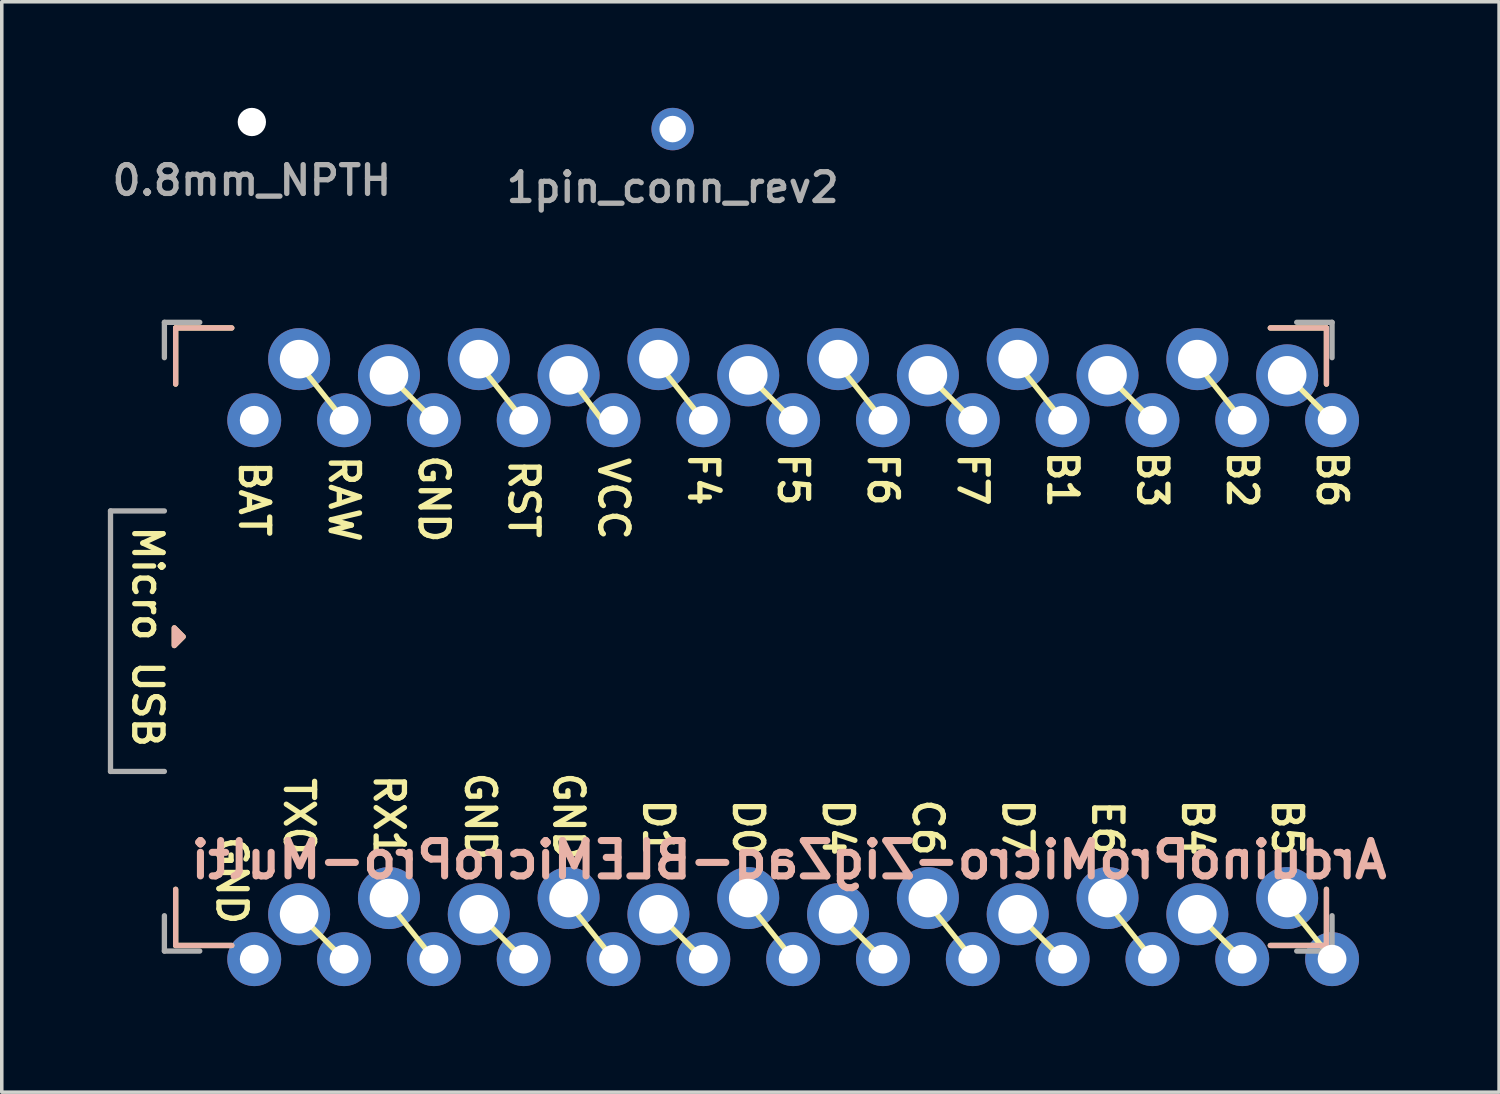
<source format=kicad_pcb>
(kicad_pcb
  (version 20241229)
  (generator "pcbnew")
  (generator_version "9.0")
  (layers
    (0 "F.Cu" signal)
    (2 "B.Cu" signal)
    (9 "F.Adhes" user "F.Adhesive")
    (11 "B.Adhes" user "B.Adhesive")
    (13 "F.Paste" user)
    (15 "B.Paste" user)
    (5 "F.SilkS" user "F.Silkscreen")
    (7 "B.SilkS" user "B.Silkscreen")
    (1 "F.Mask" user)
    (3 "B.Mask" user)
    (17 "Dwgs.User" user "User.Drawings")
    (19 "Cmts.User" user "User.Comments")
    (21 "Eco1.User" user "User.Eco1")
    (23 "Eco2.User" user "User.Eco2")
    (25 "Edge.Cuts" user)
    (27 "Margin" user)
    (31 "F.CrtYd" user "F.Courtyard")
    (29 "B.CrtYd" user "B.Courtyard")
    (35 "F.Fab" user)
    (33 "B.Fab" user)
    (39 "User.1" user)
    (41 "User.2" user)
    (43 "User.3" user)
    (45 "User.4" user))
  (footprint "ArduinoProMicro-ZigZag-BLEMicroPro-Multi"
    (layer "F.Cu")
    (at 19.379 14.955)
    (property "Reference" "ArduinoProMicro-ZigZag-BLEMicroPro-Multi" (at -0.118 6.312 0) (layer "B.SilkS") (effects (font (size 1 1) (thickness 0.2)) (justify mirror)))
    (attr through_hole)
    (fp_line (start -17.462 -8.731) (end -17.462 -7.144) (stroke (width 0.15) (type solid)) (layer "F.SilkS"))
    (fp_line (start -17.462 7.144) (end -17.462 8.731) (stroke (width 0.15) (type solid)) (layer "F.SilkS"))
    (fp_line (start -17.462 8.731) (end -15.875 8.731) (stroke (width 0.15) (type solid)) (layer "F.SilkS"))
    (fp_line (start -15.875 -8.731) (end -17.462 -8.731) (stroke (width 0.15) (type solid)) (layer "F.SilkS"))
    (fp_line (start -12.7 -6.121) (end -13.97 -7.709) (stroke (width 0.15) (type solid)) (layer "F.SilkS"))
    (fp_line (start -12.7 9.119) (end -13.97 7.849) (stroke (width 0.15) (type solid)) (layer "F.SilkS"))
    (fp_line (start -10.16 -6.121) (end -11.43 -7.391) (stroke (width 0.15) (type solid)) (layer "F.SilkS"))
    (fp_line (start -10.16 9.119) (end -11.43 7.531) (stroke (width 0.15) (type solid)) (layer "F.SilkS"))
    (fp_line (start -7.62 -6.121) (end -8.89 -7.709) (stroke (width 0.15) (type solid)) (layer "F.SilkS"))
    (fp_line (start -7.62 9.119) (end -8.89 7.849) (stroke (width 0.15) (type solid)) (layer "F.SilkS"))
    (fp_line (start -5.397 -6.121) (end -6.35 -7.391) (stroke (width 0.15) (type solid)) (layer "F.SilkS"))
    (fp_line (start -5.08 9.119) (end -6.35 7.531) (stroke (width 0.15) (type solid)) (layer "F.SilkS"))
    (fp_line (start -2.54 -6.121) (end -3.81 -7.709) (stroke (width 0.15) (type solid)) (layer "F.SilkS"))
    (fp_line (start -2.54 9.119) (end -3.81 7.849) (stroke (width 0.15) (type solid)) (layer "F.SilkS"))
    (fp_line (start 0 -6.121) (end -1.27 -7.391) (stroke (width 0.15) (type solid)) (layer "F.SilkS"))
    (fp_line (start 0 9.119) (end -1.27 7.531) (stroke (width 0.15) (type solid)) (layer "F.SilkS"))
    (fp_line (start 2.54 -6.121) (end 1.27 -7.709) (stroke (width 0.15) (type solid)) (layer "F.SilkS"))
    (fp_line (start 2.54 9.119) (end 1.27 7.849) (stroke (width 0.15) (type solid)) (layer "F.SilkS"))
    (fp_line (start 5.08 -6.121) (end 3.81 -7.391) (stroke (width 0.15) (type solid)) (layer "F.SilkS"))
    (fp_line (start 5.08 9.119) (end 3.81 7.531) (stroke (width 0.15) (type solid)) (layer "F.SilkS"))
    (fp_line (start 7.62 -6.121) (end 6.35 -7.709) (stroke (width 0.15) (type solid)) (layer "F.SilkS"))
    (fp_line (start 7.62 9.119) (end 6.35 7.849) (stroke (width 0.15) (type solid)) (layer "F.SilkS"))
    (fp_line (start 10.16 -6.121) (end 8.89 -7.391) (stroke (width 0.15) (type solid)) (layer "F.SilkS"))
    (fp_line (start 10.16 9.119) (end 8.89 7.531) (stroke (width 0.15) (type solid)) (layer "F.SilkS"))
    (fp_line (start 12.7 -6.121) (end 11.43 -7.709) (stroke (width 0.15) (type solid)) (layer "F.SilkS"))
    (fp_line (start 12.7 9.119) (end 11.43 7.849) (stroke (width 0.15) (type solid)) (layer "F.SilkS"))
    (fp_line (start 15.081 -8.731) (end 13.494 -8.731) (stroke (width 0.15) (type solid)) (layer "F.SilkS"))
    (fp_line (start 15.081 -7.144) (end 15.081 -8.731) (stroke (width 0.15) (type solid)) (layer "F.SilkS"))
    (fp_line (start 15.081 7.144) (end 15.081 8.731) (stroke (width 0.15) (type solid)) (layer "F.SilkS"))
    (fp_line (start 15.081 8.731) (end 13.494 8.731) (stroke (width 0.15) (type solid)) (layer "F.SilkS"))
    (fp_line (start 15.24 -6.121) (end 13.97 -7.391) (stroke (width 0.15) (type solid)) (layer "F.SilkS"))
    (fp_line (start 15.24 9.119) (end 13.97 7.531) (stroke (width 0.15) (type solid)) (layer "F.SilkS"))
    (fp_poly (pts (xy -17.5 -0.25) (xy -17.5 0.25) (xy -17.25 0)) (stroke (width 0.15) (type solid)) (fill yes) (layer "F.SilkS"))
    (fp_line (start -17.462 -8.731) (end -17.462 -7.144) (stroke (width 0.15) (type solid)) (layer "B.SilkS"))
    (fp_line (start -17.462 7.144) (end -17.462 8.731) (stroke (width 0.15) (type solid)) (layer "B.SilkS"))
    (fp_line (start -17.462 8.731) (end -15.875 8.731) (stroke (width 0.15) (type solid)) (layer "B.SilkS"))
    (fp_line (start -15.875 -8.731) (end -17.462 -8.731) (stroke (width 0.15) (type solid)) (layer "B.SilkS"))
    (fp_line (start 13.494 8.731) (end 15.081 8.731) (stroke (width 0.15) (type solid)) (layer "B.SilkS"))
    (fp_line (start 15.081 -8.731) (end 13.494 -8.731) (stroke (width 0.15) (type solid)) (layer "B.SilkS"))
    (fp_line (start 15.081 -7.144) (end 15.081 -8.731) (stroke (width 0.15) (type solid)) (layer "B.SilkS"))
    (fp_line (start 15.081 8.731) (end 15.081 7.144) (stroke (width 0.15) (type solid)) (layer "B.SilkS"))
    (fp_poly (pts (xy -17.5 -0.25) (xy -17.5 0.25) (xy -17.25 0)) (stroke (width 0.15) (type solid)) (fill yes) (layer "B.SilkS"))
    (fp_line (start -19.304 -3.556) (end -17.78 -3.556) (stroke (width 0.15) (type solid)) (layer "F.Fab"))
    (fp_line (start -19.304 3.81) (end -19.304 -3.556) (stroke (width 0.15) (type solid)) (layer "F.Fab"))
    (fp_line (start -17.78 -8.89) (end -17.78 -7.89) (stroke (width 0.15) (type solid)) (layer "F.Fab"))
    (fp_line (start -17.78 -8.89) (end -16.78 -8.89) (stroke (width 0.15) (type solid)) (layer "F.Fab"))
    (fp_line (start -17.78 3.81) (end -19.304 3.81) (stroke (width 0.15) (type solid)) (layer "F.Fab"))
    (fp_line (start -17.78 7.89) (end -17.78 8.89) (stroke (width 0.15) (type solid)) (layer "F.Fab"))
    (fp_line (start -17.78 8.89) (end -16.78 8.89) (stroke (width 0.15) (type solid)) (layer "F.Fab"))
    (fp_line (start 15.24 -8.89) (end 14.24 -8.89) (stroke (width 0.15) (type solid)) (layer "F.Fab"))
    (fp_line (start 15.24 -8.89) (end 15.24 -7.89) (stroke (width 0.15) (type solid)) (layer "F.Fab"))
    (fp_line (start 15.24 8.89) (end 14.24 8.89) (stroke (width 0.15) (type solid)) (layer "F.Fab"))
    (fp_line (start 15.24 8.89) (end 15.24 7.89) (stroke (width 0.15) (type solid)) (layer "F.Fab"))
    (fp_text user "B2" (at 12.7 -4.445 270) (unlocked yes) (layer "F.SilkS") (effects (font (size 0.8 0.8) (thickness 0.15))))
    (fp_text user "RX1" (at -11.43 5.08 270) (unlocked yes) (layer "F.SilkS") (effects (font (size 0.8 0.8) (thickness 0.15))))
    (fp_text user "C6" (at 3.81 5.397 270) (unlocked yes) (layer "F.SilkS") (effects (font (size 0.8 0.8) (thickness 0.15))))
    (fp_text user "VCC" (at -5.08 -3.899 270) (unlocked yes) (layer "F.SilkS") (effects (font (size 0.8 0.8) (thickness 0.15))))
    (fp_text user "B1" (at 7.62 -4.445 270) (unlocked yes) (layer "F.SilkS") (effects (font (size 0.8 0.8) (thickness 0.15))))
    (fp_text user "F5" (at 0 -4.445 270) (unlocked yes) (layer "F.SilkS") (effects (font (size 0.8 0.8) (thickness 0.15))))
    (fp_text user "GND" (at -15.875 6.896 270) (unlocked yes) (layer "F.SilkS") (effects (font (size 0.8 0.8) (thickness 0.15))))
    (fp_text user "B4" (at 11.43 5.397 270) (unlocked yes) (layer "F.SilkS") (effects (font (size 0.8 0.8) (thickness 0.15))))
    (fp_text user "F4" (at -2.54 -4.445 270) (unlocked yes) (layer "F.SilkS") (effects (font (size 0.8 0.8) (thickness 0.15))))
    (fp_text user "Micro USB" (at -18.256 0 270) (unlocked yes) (layer "F.SilkS") (effects (font (size 0.8 0.8) (thickness 0.15))))
    (fp_text user "D4" (at 1.27 5.397 270) (unlocked yes) (layer "F.SilkS") (effects (font (size 0.8 0.8) (thickness 0.15))))
    (fp_text user "TX0" (at -13.97 5.08 270) (unlocked yes) (layer "F.SilkS") (effects (font (size 0.8 0.8) (thickness 0.15))))
    (fp_text user "GND" (at -8.849 5.08 270) (unlocked yes) (layer "F.SilkS") (effects (font (size 0.8 0.8) (thickness 0.15))))
    (fp_text user "RST" (at -7.62 -3.899 270) (unlocked yes) (layer "F.SilkS") (effects (font (size 0.8 0.8) (thickness 0.15))))
    (fp_text user "D1" (at -3.81 5.397 270) (unlocked yes) (layer "F.SilkS") (effects (font (size 0.8 0.8) (thickness 0.15))))
    (fp_text user "B5" (at 13.97 5.397 270) (unlocked yes) (layer "F.SilkS") (effects (font (size 0.8 0.8) (thickness 0.15))))
    (fp_text user "B3" (at 10.16 -4.445 270) (unlocked yes) (layer "F.SilkS") (effects (font (size 0.8 0.8) (thickness 0.15))))
    (fp_text user "F7" (at 5.08 -4.445 270) (unlocked yes) (layer "F.SilkS") (effects (font (size 0.8 0.8) (thickness 0.15))))
    (fp_text user "GND" (at -10.16 -3.899 270) (unlocked yes) (layer "F.SilkS") (effects (font (size 0.8 0.8) (thickness 0.15))))
    (fp_text user "E6" (at 8.89 5.397 270) (unlocked yes) (layer "F.SilkS") (effects (font (size 0.8 0.8) (thickness 0.15))))
    (fp_text user "F6" (at 2.54 -4.445 270) (unlocked yes) (layer "F.SilkS") (effects (font (size 0.8 0.8) (thickness 0.15))))
    (fp_text user "D7" (at 6.35 5.397 270) (unlocked yes) (layer "F.SilkS") (effects (font (size 0.8 0.8) (thickness 0.15))))
    (fp_text user "B6" (at 15.24 -4.445 270) (unlocked yes) (layer "F.SilkS") (effects (font (size 0.8 0.8) (thickness 0.15))))
    (fp_text user "BAT" (at -15.24 -3.899 270) (unlocked yes) (layer "F.SilkS") (effects (font (size 0.8 0.8) (thickness 0.15))))
    (fp_text user "GND" (at -6.35 5.08 270) (unlocked yes) (layer "F.SilkS") (effects (font (size 0.8 0.8) (thickness 0.15))))
    (fp_text user "D0" (at -1.27 5.397 270) (unlocked yes) (layer "F.SilkS") (effects (font (size 0.8 0.8) (thickness 0.15))))
    (fp_text user "RAW" (at -12.7 -3.899 270) (unlocked yes) (layer "F.SilkS") (effects (font (size 0.8 0.8) (thickness 0.15))))
    (pad "0" thru_hole circle (at -15.24 9.119) (size 1.524 1.524) (drill 0.813) (layers "*.Cu" "*.Mask"))
    (pad "1" thru_hole circle (at -13.97 7.849) (size 1.753 1.753) (drill 1.092) (layers "*.Cu" "*.Mask"))
    (pad "1" thru_hole circle (at -12.7 9.119) (size 1.524 1.524) (drill 0.813) (layers "*.Cu" "*.Mask"))
    (pad "2" thru_hole circle (at -11.43 7.391) (size 1.753 1.753) (drill 1.092) (layers "*.Cu" "*.Mask"))
    (pad "2" thru_hole circle (at -10.16 9.119) (size 1.524 1.524) (drill 0.813) (layers "*.Cu" "*.Mask"))
    (pad "3" thru_hole circle (at -8.89 7.849) (size 1.753 1.753) (drill 1.092) (layers "*.Cu" "*.Mask"))
    (pad "3" thru_hole circle (at -7.62 9.119) (size 1.524 1.524) (drill 0.813) (layers "*.Cu" "*.Mask"))
    (pad "4" thru_hole circle (at -6.35 7.391) (size 1.753 1.753) (drill 1.092) (layers "*.Cu" "*.Mask"))
    (pad "4" thru_hole circle (at -5.08 9.119) (size 1.524 1.524) (drill 0.813) (layers "*.Cu" "*.Mask"))
    (pad "5" thru_hole circle (at -3.81 7.849) (size 1.753 1.753) (drill 1.092) (layers "*.Cu" "*.Mask"))
    (pad "5" thru_hole circle (at -2.54 9.119) (size 1.524 1.524) (drill 0.813) (layers "*.Cu" "*.Mask"))
    (pad "6" thru_hole circle (at -1.27 7.391) (size 1.753 1.753) (drill 1.092) (layers "*.Cu" "*.Mask"))
    (pad "6" thru_hole circle (at 0 9.119) (size 1.524 1.524) (drill 0.813) (layers "*.Cu" "*.Mask"))
    (pad "7" thru_hole circle (at 1.27 7.849) (size 1.753 1.753) (drill 1.092) (layers "*.Cu" "*.Mask"))
    (pad "7" thru_hole circle (at 2.54 9.119) (size 1.524 1.524) (drill 0.813) (layers "*.Cu" "*.Mask"))
    (pad "8" thru_hole circle (at 3.81 7.391) (size 1.753 1.753) (drill 1.092) (layers "*.Cu" "*.Mask"))
    (pad "8" thru_hole circle (at 5.08 9.119) (size 1.524 1.524) (drill 0.813) (layers "*.Cu" "*.Mask"))
    (pad "9" thru_hole circle (at 6.35 7.849) (size 1.753 1.753) (drill 1.092) (layers "*.Cu" "*.Mask"))
    (pad "9" thru_hole circle (at 7.62 9.119) (size 1.524 1.524) (drill 0.813) (layers "*.Cu" "*.Mask"))
    (pad "10" thru_hole circle (at 8.89 7.391) (size 1.753 1.753) (drill 1.092) (layers "*.Cu" "*.Mask"))
    (pad "10" thru_hole circle (at 10.16 9.119) (size 1.524 1.524) (drill 0.813) (layers "*.Cu" "*.Mask"))
    (pad "11" thru_hole circle (at 11.43 7.849) (size 1.753 1.753) (drill 1.092) (layers "*.Cu" "*.Mask"))
    (pad "11" thru_hole circle (at 12.7 9.119) (size 1.524 1.524) (drill 0.813) (layers "*.Cu" "*.Mask"))
    (pad "12" thru_hole circle (at 13.97 7.391) (size 1.753 1.753) (drill 1.092) (layers "*.Cu" "*.Mask"))
    (pad "12" thru_hole circle (at 15.24 9.119) (size 1.524 1.524) (drill 0.813) (layers "*.Cu" "*.Mask"))
    (pad "13" thru_hole circle (at 13.97 -7.391) (size 1.753 1.753) (drill 1.092) (layers "*.Cu" "*.Mask"))
    (pad "13" thru_hole circle (at 15.24 -6.121) (size 1.524 1.524) (drill 0.813) (layers "*.Cu" "*.Mask"))
    (pad "14" thru_hole circle (at 11.43 -7.849) (size 1.753 1.753) (drill 1.092) (layers "*.Cu" "*.Mask"))
    (pad "14" thru_hole circle (at 12.7 -6.121) (size 1.524 1.524) (drill 0.813) (layers "*.Cu" "*.Mask"))
    (pad "15" thru_hole circle (at 8.89 -7.391) (size 1.753 1.753) (drill 1.092) (layers "*.Cu" "*.Mask"))
    (pad "15" thru_hole circle (at 10.16 -6.121) (size 1.524 1.524) (drill 0.813) (layers "*.Cu" "*.Mask"))
    (pad "16" thru_hole circle (at 6.35 -7.849) (size 1.753 1.753) (drill 1.092) (layers "*.Cu" "*.Mask"))
    (pad "16" thru_hole circle (at 7.62 -6.121) (size 1.524 1.524) (drill 0.813) (layers "*.Cu" "*.Mask"))
    (pad "17" thru_hole circle (at 3.81 -7.391) (size 1.753 1.753) (drill 1.092) (layers "*.Cu" "*.Mask"))
    (pad "17" thru_hole circle (at 5.08 -6.121) (size 1.524 1.524) (drill 0.813) (layers "*.Cu" "*.Mask"))
    (pad "18" thru_hole circle (at 1.27 -7.849) (size 1.753 1.753) (drill 1.092) (layers "*.Cu" "*.Mask"))
    (pad "18" thru_hole circle (at 2.54 -6.121) (size 1.524 1.524) (drill 0.813) (layers "*.Cu" "*.Mask"))
    (pad "19" thru_hole circle (at -1.27 -7.391) (size 1.753 1.753) (drill 1.092) (layers "*.Cu" "*.Mask"))
    (pad "19" thru_hole circle (at 0 -6.121) (size 1.524 1.524) (drill 0.813) (layers "*.Cu" "*.Mask"))
    (pad "20" thru_hole circle (at -3.81 -7.849) (size 1.753 1.753) (drill 1.092) (layers "*.Cu" "*.Mask"))
    (pad "20" thru_hole circle (at -2.54 -6.121) (size 1.524 1.524) (drill 0.813) (layers "*.Cu" "*.Mask"))
    (pad "21" thru_hole circle (at -6.35 -7.391) (size 1.753 1.753) (drill 1.092) (layers "*.Cu" "*.Mask"))
    (pad "21" thru_hole circle (at -5.08 -6.121) (size 1.524 1.524) (drill 0.813) (layers "*.Cu" "*.Mask"))
    (pad "22" thru_hole circle (at -8.89 -7.849) (size 1.753 1.753) (drill 1.092) (layers "*.Cu" "*.Mask"))
    (pad "22" thru_hole circle (at -7.62 -6.121) (size 1.524 1.524) (drill 0.813) (layers "*.Cu" "*.Mask"))
    (pad "23" thru_hole circle (at -11.43 -7.391) (size 1.753 1.753) (drill 1.092) (layers "*.Cu" "*.Mask"))
    (pad "23" thru_hole circle (at -10.16 -6.121) (size 1.524 1.524) (drill 0.813) (layers "*.Cu" "*.Mask"))
    (pad "24" thru_hole circle (at -13.97 -7.849) (size 1.753 1.753) (drill 1.092) (layers "*.Cu" "*.Mask"))
    (pad "24" thru_hole circle (at -12.7 -6.121) (size 1.524 1.524) (drill 0.813) (layers "*.Cu" "*.Mask"))
    (pad "25" thru_hole circle (at -15.24 -6.121) (size 1.524 1.524) (drill 0.813) (layers "*.Cu" "*.Mask")))
  (footprint "1pin_conn_rev2"
    (layer "F.Cu")
    (at 15.972 0.6)
    (property "Reference" "1pin_conn_rev2" (at 0 1.651 0) (layer "F.Fab") (effects (font (size 0.813 0.813) (thickness 0.15))))
    (attr through_hole)
    (pad "" thru_hole circle (at 0 0) (size 1.2 1.2) (drill 0.75) (layers "*.Cu" "*.Mask")))
  (footprint "0.8mm_NPTH"
    (layer "F.Cu")
    (at 4.072 0.4)
    (property "Reference" "0.8mm_NPTH" (at 0 1.651 0) (layer "F.Fab") (effects (font (size 0.813 0.813) (thickness 0.15))))
    (pad "" np_thru_hole circle (at 0 0) (size 0.8 0.8) (drill 0.8) (layers "*.Cu" "*.Mask")))
  (gr_rect
    (start -3 -3)
    (end 39.342 27.835)
    (stroke (width 0.1) (type default))
    (fill no)
    (layer "Edge.Cuts")))
</source>
